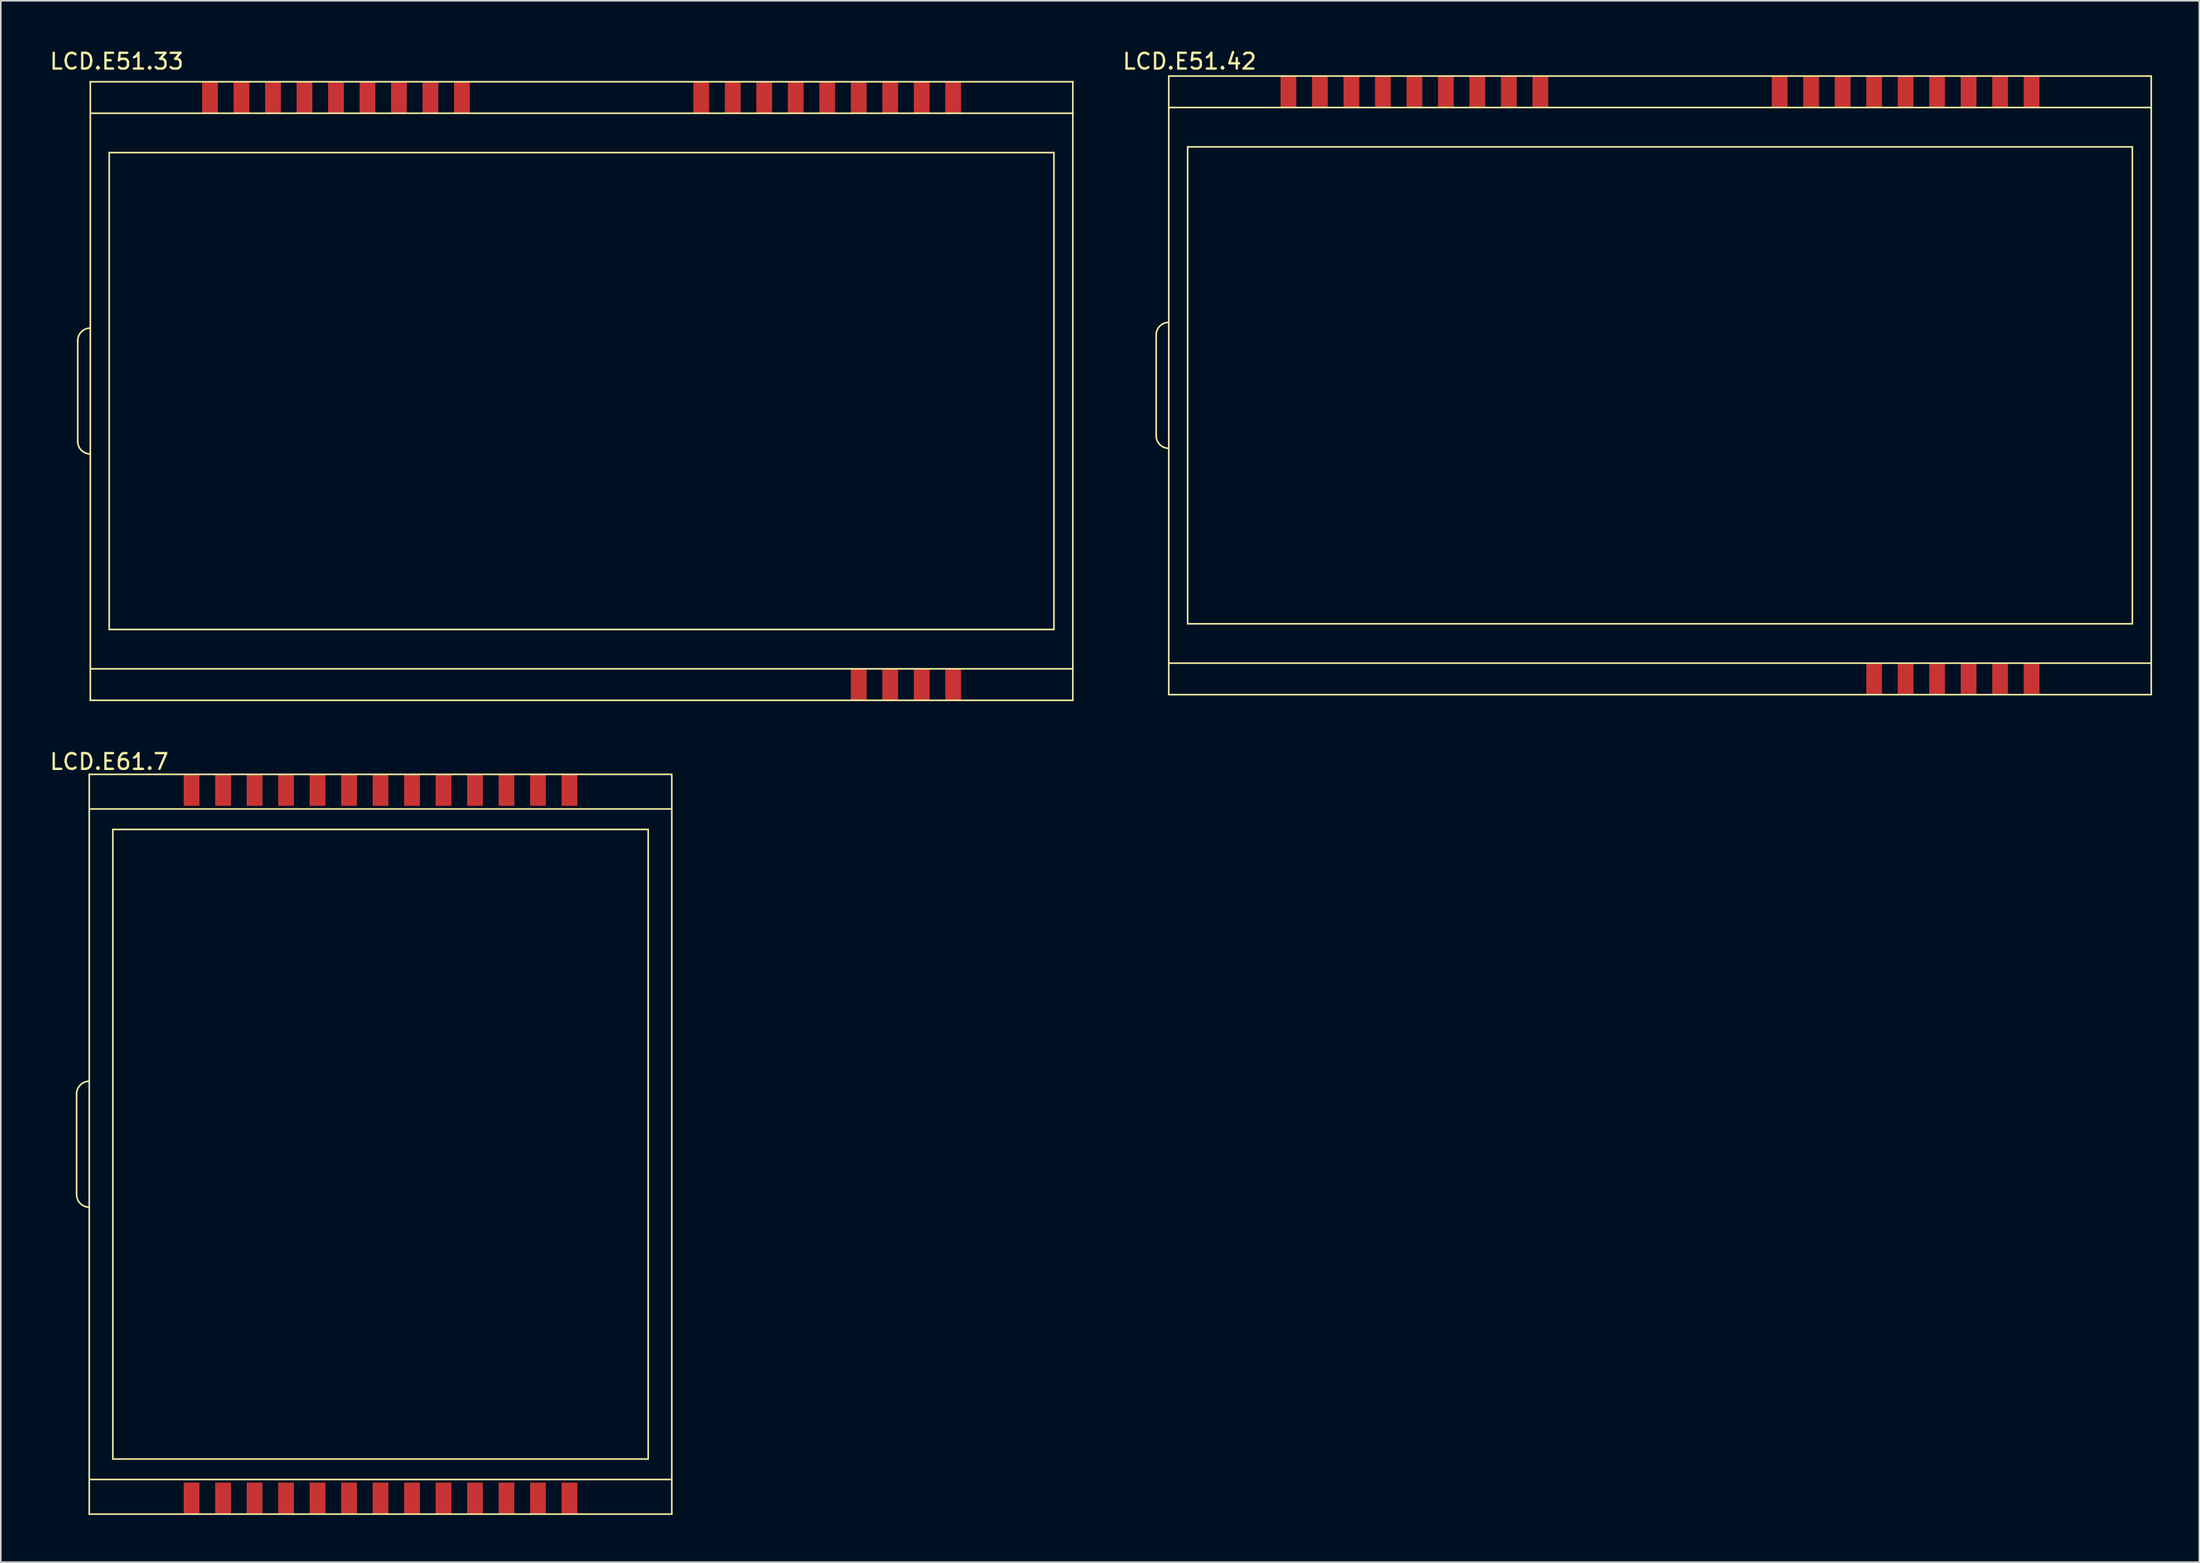
<source format=kicad_pcb>
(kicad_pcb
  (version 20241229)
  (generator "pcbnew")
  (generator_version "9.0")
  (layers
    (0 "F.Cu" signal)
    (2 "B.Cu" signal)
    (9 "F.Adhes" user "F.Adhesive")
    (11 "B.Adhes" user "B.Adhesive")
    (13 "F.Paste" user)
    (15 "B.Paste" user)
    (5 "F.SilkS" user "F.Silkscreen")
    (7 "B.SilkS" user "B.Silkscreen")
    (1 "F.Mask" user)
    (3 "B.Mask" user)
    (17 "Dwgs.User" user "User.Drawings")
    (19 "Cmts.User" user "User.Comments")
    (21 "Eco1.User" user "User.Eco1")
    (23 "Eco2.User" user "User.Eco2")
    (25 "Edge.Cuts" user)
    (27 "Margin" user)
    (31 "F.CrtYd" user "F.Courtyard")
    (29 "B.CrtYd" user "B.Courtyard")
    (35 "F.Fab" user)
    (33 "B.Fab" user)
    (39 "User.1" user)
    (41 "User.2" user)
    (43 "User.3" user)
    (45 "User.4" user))
  (footprint "LCD.E51.33"
    (layer "F.Cu")
    (at 32.405 22.649)
    (property "Reference" "LCD.E51.33" (at -28.042 -21.801 0) (layer "F.SilkS") (effects (font (size 1 1) (thickness 0.15))))
    (attr through_hole)
    (fp_line (start -30.518 2.346) (end -30.518 -4.054) (stroke (width 0.1) (type solid)) (layer "F.SilkS"))
    (fp_line (start -29.718 -20.504) (end 32.682 -20.504) (stroke (width 0.1) (type solid)) (layer "F.SilkS"))
    (fp_line (start -29.718 -18.504) (end 32.682 -18.504) (stroke (width 0.1) (type solid)) (layer "F.SilkS"))
    (fp_line (start -29.718 16.796) (end 32.682 16.796) (stroke (width 0.1) (type solid)) (layer "F.SilkS"))
    (fp_line (start -29.718 18.796) (end -29.718 -20.504) (stroke (width 0.1) (type solid)) (layer "F.SilkS"))
    (fp_line (start -29.718 18.796) (end 32.682 18.796) (stroke (width 0.1) (type solid)) (layer "F.SilkS"))
    (fp_line (start -28.518 -16.004) (end 31.482 -16.004) (stroke (width 0.1) (type solid)) (layer "F.SilkS"))
    (fp_line (start -28.518 14.296) (end -28.518 -16.004) (stroke (width 0.1) (type solid)) (layer "F.SilkS"))
    (fp_line (start -28.518 14.296) (end 31.482 14.296) (stroke (width 0.1) (type solid)) (layer "F.SilkS"))
    (fp_line (start 31.482 14.296) (end 31.482 -16.004) (stroke (width 0.1) (type solid)) (layer "F.SilkS"))
    (fp_line (start 32.682 18.796) (end 32.682 -20.504) (stroke (width 0.1) (type solid)) (layer "F.SilkS"))
    (fp_arc (start -30.518 -4.054) (mid -30.283685 -4.619685) (end -29.718 -4.854) (stroke (width 0.1) (type solid)) (layer "F.SilkS"))
    (fp_arc (start -29.718 3.146) (mid -30.283685 2.911685) (end -30.518 2.346) (stroke (width 0.1) (type solid)) (layer "F.SilkS"))
    (pad "1" smd rect (at 19.082 17.796) (size 1 2) (layers "F.Cu" "F.Mask" "F.Paste"))
    (pad "2" smd rect (at 21.082 17.796) (size 1 2) (layers "F.Cu" "F.Mask" "F.Paste"))
    (pad "3" smd rect (at 23.082 17.796) (size 1 2) (layers "F.Cu" "F.Mask" "F.Paste"))
    (pad "4" smd rect (at 25.082 17.796) (size 1 2) (layers "F.Cu" "F.Mask" "F.Paste"))
    (pad "5" smd rect (at 25.082 -19.504) (size 1 2) (layers "F.Cu" "F.Mask" "F.Paste"))
    (pad "6" smd rect (at 23.082 -19.504) (size 1 2) (layers "F.Cu" "F.Mask" "F.Paste"))
    (pad "7" smd rect (at 21.082 -19.504) (size 1 2) (layers "F.Cu" "F.Mask" "F.Paste"))
    (pad "8" smd rect (at 19.082 -19.504) (size 1 2) (layers "F.Cu" "F.Mask" "F.Paste"))
    (pad "9" smd rect (at 17.082 -19.504) (size 1 2) (layers "F.Cu" "F.Mask" "F.Paste"))
    (pad "10" smd rect (at 15.082 -19.504) (size 1 2) (layers "F.Cu" "F.Mask" "F.Paste"))
    (pad "11" smd rect (at 13.082 -19.504) (size 1 2) (layers "F.Cu" "F.Mask" "F.Paste"))
    (pad "12" smd rect (at 11.082 -19.504) (size 1 2) (layers "F.Cu" "F.Mask" "F.Paste"))
    (pad "13" smd rect (at 9.082 -19.504) (size 1 2) (layers "F.Cu" "F.Mask" "F.Paste"))
    (pad "14" smd rect (at -6.118 -19.504) (size 1 2) (layers "F.Cu" "F.Mask" "F.Paste"))
    (pad "15" smd rect (at -8.118 -19.504) (size 1 2) (layers "F.Cu" "F.Mask" "F.Paste"))
    (pad "16" smd rect (at -10.118 -19.504) (size 1 2) (layers "F.Cu" "F.Mask" "F.Paste"))
    (pad "17" smd rect (at -12.118 -19.504) (size 1 2) (layers "F.Cu" "F.Mask" "F.Paste"))
    (pad "18" smd rect (at -14.118 -19.504) (size 1 2) (layers "F.Cu" "F.Mask" "F.Paste"))
    (pad "19" smd rect (at -16.118 -19.504) (size 1 2) (layers "F.Cu" "F.Mask" "F.Paste"))
    (pad "20" smd rect (at -18.118 -19.504) (size 1 2) (layers "F.Cu" "F.Mask" "F.Paste"))
    (pad "21" smd rect (at -20.118 -19.504) (size 1 2) (layers "F.Cu" "F.Mask" "F.Paste"))
    (pad "22" smd rect (at -22.118 -19.504) (size 1 2) (layers "F.Cu" "F.Mask" "F.Paste")))
  (footprint "LCD.E51.42"
    (layer "F.Cu")
    (at 98.865 20.762)
    (property "Reference" "LCD.E51.42" (at -26.365 -19.914 0) (layer "F.SilkS") (effects (font (size 1 1) (thickness 0.15))))
    (attr through_hole)
    (fp_line (start -28.486 3.87) (end -28.486 -2.53) (stroke (width 0.1) (type solid)) (layer "F.SilkS"))
    (fp_line (start -27.686 -18.98) (end 34.714 -18.98) (stroke (width 0.1) (type solid)) (layer "F.SilkS"))
    (fp_line (start -27.686 -16.98) (end 34.714 -16.98) (stroke (width 0.1) (type solid)) (layer "F.SilkS"))
    (fp_line (start -27.686 18.32) (end 34.714 18.32) (stroke (width 0.1) (type solid)) (layer "F.SilkS"))
    (fp_line (start -27.686 20.32) (end -27.686 -18.98) (stroke (width 0.1) (type solid)) (layer "F.SilkS"))
    (fp_line (start -27.686 20.32) (end 34.714 20.32) (stroke (width 0.1) (type solid)) (layer "F.SilkS"))
    (fp_line (start -26.486 -14.48) (end 33.514 -14.48) (stroke (width 0.1) (type solid)) (layer "F.SilkS"))
    (fp_line (start -26.486 15.82) (end -26.486 -14.48) (stroke (width 0.1) (type solid)) (layer "F.SilkS"))
    (fp_line (start -26.486 15.82) (end 33.514 15.82) (stroke (width 0.1) (type solid)) (layer "F.SilkS"))
    (fp_line (start 33.514 15.82) (end 33.514 -14.48) (stroke (width 0.1) (type solid)) (layer "F.SilkS"))
    (fp_line (start 34.714 20.32) (end 34.714 -18.98) (stroke (width 0.1) (type solid)) (layer "F.SilkS"))
    (fp_arc (start -28.486 -2.53) (mid -28.251685 -3.095685) (end -27.686 -3.33) (stroke (width 0.1) (type solid)) (layer "F.SilkS"))
    (fp_arc (start -27.686 4.67) (mid -28.251685 4.435685) (end -28.486 3.87) (stroke (width 0.1) (type solid)) (layer "F.SilkS"))
    (pad "1" smd rect (at 17.114 19.32) (size 1 2) (layers "F.Cu" "F.Mask" "F.Paste"))
    (pad "2" smd rect (at 19.114 19.32) (size 1 2) (layers "F.Cu" "F.Mask" "F.Paste"))
    (pad "3" smd rect (at 21.114 19.32) (size 1 2) (layers "F.Cu" "F.Mask" "F.Paste"))
    (pad "4" smd rect (at 23.114 19.32) (size 1 2) (layers "F.Cu" "F.Mask" "F.Paste"))
    (pad "5" smd rect (at 25.114 19.32) (size 1 2) (layers "F.Cu" "F.Mask" "F.Paste"))
    (pad "6" smd rect (at 27.114 19.32) (size 1 2) (layers "F.Cu" "F.Mask" "F.Paste"))
    (pad "7" smd rect (at 27.114 -17.98) (size 1 2) (layers "F.Cu" "F.Mask" "F.Paste"))
    (pad "8" smd rect (at 25.114 -17.98) (size 1 2) (layers "F.Cu" "F.Mask" "F.Paste"))
    (pad "9" smd rect (at 23.114 -17.98) (size 1 2) (layers "F.Cu" "F.Mask" "F.Paste"))
    (pad "10" smd rect (at 21.114 -17.98) (size 1 2) (layers "F.Cu" "F.Mask" "F.Paste"))
    (pad "11" smd rect (at 19.114 -17.98) (size 1 2) (layers "F.Cu" "F.Mask" "F.Paste"))
    (pad "12" smd rect (at 17.114 -17.98) (size 1 2) (layers "F.Cu" "F.Mask" "F.Paste"))
    (pad "13" smd rect (at 15.114 -17.98) (size 1 2) (layers "F.Cu" "F.Mask" "F.Paste"))
    (pad "14" smd rect (at 13.114 -17.98) (size 1 2) (layers "F.Cu" "F.Mask" "F.Paste"))
    (pad "15" smd rect (at 11.114 -17.98) (size 1 2) (layers "F.Cu" "F.Mask" "F.Paste"))
    (pad "16" smd rect (at -4.086 -17.98) (size 1 2) (layers "F.Cu" "F.Mask" "F.Paste"))
    (pad "17" smd rect (at -6.086 -17.98) (size 1 2) (layers "F.Cu" "F.Mask" "F.Paste"))
    (pad "18" smd rect (at -8.086 -17.98) (size 1 2) (layers "F.Cu" "F.Mask" "F.Paste"))
    (pad "19" smd rect (at -10.086 -17.98) (size 1 2) (layers "F.Cu" "F.Mask" "F.Paste"))
    (pad "20" smd rect (at -12.086 -17.98) (size 1 2) (layers "F.Cu" "F.Mask" "F.Paste"))
    (pad "21" smd rect (at -14.086 -17.98) (size 1 2) (layers "F.Cu" "F.Mask" "F.Paste"))
    (pad "22" smd rect (at -16.086 -17.98) (size 1 2) (layers "F.Cu" "F.Mask" "F.Paste"))
    (pad "23" smd rect (at -18.086 -17.98) (size 1 2) (layers "F.Cu" "F.Mask" "F.Paste"))
    (pad "24" smd rect (at -20.086 -17.98) (size 1 2) (layers "F.Cu" "F.Mask" "F.Paste")))
  (footprint "LCD.E61.7"
    (layer "F.Cu")
    (at 19.381 71.049)
    (property "Reference" "LCD.E61.7" (at -15.494 -25.705 0) (layer "F.SilkS") (effects (font (size 1 1) (thickness 0.15))))
    (attr through_hole)
    (fp_line (start -17.564 1.798) (end -17.564 -4.602) (stroke (width 0.1) (type solid)) (layer "F.SilkS"))
    (fp_line (start -16.764 -24.902) (end 20.236 -24.902) (stroke (width 0.1) (type solid)) (layer "F.SilkS"))
    (fp_line (start -16.764 -22.702) (end 20.236 -22.702) (stroke (width 0.1) (type solid)) (layer "F.SilkS"))
    (fp_line (start -16.764 19.898) (end 20.236 19.898) (stroke (width 0.1) (type solid)) (layer "F.SilkS"))
    (fp_line (start -16.764 22.098) (end -16.764 -24.902) (stroke (width 0.1) (type solid)) (layer "F.SilkS"))
    (fp_line (start -16.764 22.098) (end 20.236 22.098) (stroke (width 0.1) (type solid)) (layer "F.SilkS"))
    (fp_line (start -15.265 -21.402) (end 18.736 -21.402) (stroke (width 0.1) (type solid)) (layer "F.SilkS"))
    (fp_line (start -15.264 18.598) (end -15.264 -21.402) (stroke (width 0.1) (type solid)) (layer "F.SilkS"))
    (fp_line (start -15.264 18.598) (end 18.736 18.598) (stroke (width 0.1) (type solid)) (layer "F.SilkS"))
    (fp_line (start 18.736 18.598) (end 18.736 -21.402) (stroke (width 0.1) (type solid)) (layer "F.SilkS"))
    (fp_line (start 20.236 22.098) (end 20.236 -24.902) (stroke (width 0.1) (type solid)) (layer "F.SilkS"))
    (fp_arc (start -17.564 -4.602) (mid -17.329685 -5.167685) (end -16.764 -5.402) (stroke (width 0.1) (type solid)) (layer "F.SilkS"))
    (fp_arc (start -16.764 2.598) (mid -17.329685 2.363685) (end -17.564 1.798) (stroke (width 0.1) (type solid)) (layer "F.SilkS"))
    (pad "1" smd rect (at -10.264 21.098) (size 1 2) (layers "F.Cu" "F.Mask" "F.Paste"))
    (pad "2" smd rect (at -8.264 21.098) (size 1 2) (layers "F.Cu" "F.Mask" "F.Paste"))
    (pad "3" smd rect (at -6.264 21.098) (size 1 2) (layers "F.Cu" "F.Mask" "F.Paste"))
    (pad "4" smd rect (at -4.264 21.098) (size 1 2) (layers "F.Cu" "F.Mask" "F.Paste"))
    (pad "5" smd rect (at -2.264 21.098) (size 1 2) (layers "F.Cu" "F.Mask" "F.Paste"))
    (pad "6" smd rect (at -0.264 21.098) (size 1 2) (layers "F.Cu" "F.Mask" "F.Paste"))
    (pad "7" smd rect (at 1.736 21.098) (size 1 2) (layers "F.Cu" "F.Mask" "F.Paste"))
    (pad "8" smd rect (at 3.736 21.098) (size 1 2) (layers "F.Cu" "F.Mask" "F.Paste"))
    (pad "9" smd rect (at 5.736 21.098) (size 1 2) (layers "F.Cu" "F.Mask" "F.Paste"))
    (pad "10" smd rect (at 7.736 21.098) (size 1 2) (layers "F.Cu" "F.Mask" "F.Paste"))
    (pad "11" smd rect (at 9.736 21.098) (size 1 2) (layers "F.Cu" "F.Mask" "F.Paste"))
    (pad "12" smd rect (at 11.736 21.098) (size 1 2) (layers "F.Cu" "F.Mask" "F.Paste"))
    (pad "13" smd rect (at 13.736 21.098) (size 1 2) (layers "F.Cu" "F.Mask" "F.Paste"))
    (pad "14" smd rect (at 13.736 -23.902) (size 1 2) (layers "F.Cu" "F.Mask" "F.Paste"))
    (pad "15" smd rect (at 11.736 -23.902) (size 1 2) (layers "F.Cu" "F.Mask" "F.Paste"))
    (pad "16" smd rect (at 9.736 -23.902) (size 1 2) (layers "F.Cu" "F.Mask" "F.Paste"))
    (pad "17" smd rect (at 7.736 -23.902) (size 1 2) (layers "F.Cu" "F.Mask" "F.Paste"))
    (pad "18" smd rect (at 5.736 -23.902) (size 1 2) (layers "F.Cu" "F.Mask" "F.Paste"))
    (pad "19" smd rect (at 3.736 -23.902) (size 1 2) (layers "F.Cu" "F.Mask" "F.Paste"))
    (pad "20" smd rect (at 1.736 -23.902) (size 1 2) (layers "F.Cu" "F.Mask" "F.Paste"))
    (pad "21" smd rect (at -0.264 -23.902) (size 1 2) (layers "F.Cu" "F.Mask" "F.Paste"))
    (pad "22" smd rect (at -2.264 -23.902) (size 1 2) (layers "F.Cu" "F.Mask" "F.Paste"))
    (pad "23" smd rect (at -4.264 -23.902) (size 1 2) (layers "F.Cu" "F.Mask" "F.Paste"))
    (pad "24" smd rect (at -6.264 -23.902) (size 1 2) (layers "F.Cu" "F.Mask" "F.Paste"))
    (pad "25" smd rect (at -8.264 -23.902) (size 1 2) (layers "F.Cu" "F.Mask" "F.Paste"))
    (pad "26" smd rect (at -10.264 -23.902) (size 1 2) (layers "F.Cu" "F.Mask" "F.Paste")))
  (gr_rect
    (start -3 -3)
    (end 136.629 96.197)
    (stroke (width 0.1) (type default))
    (fill no)
    (layer "Edge.Cuts")))
</source>
